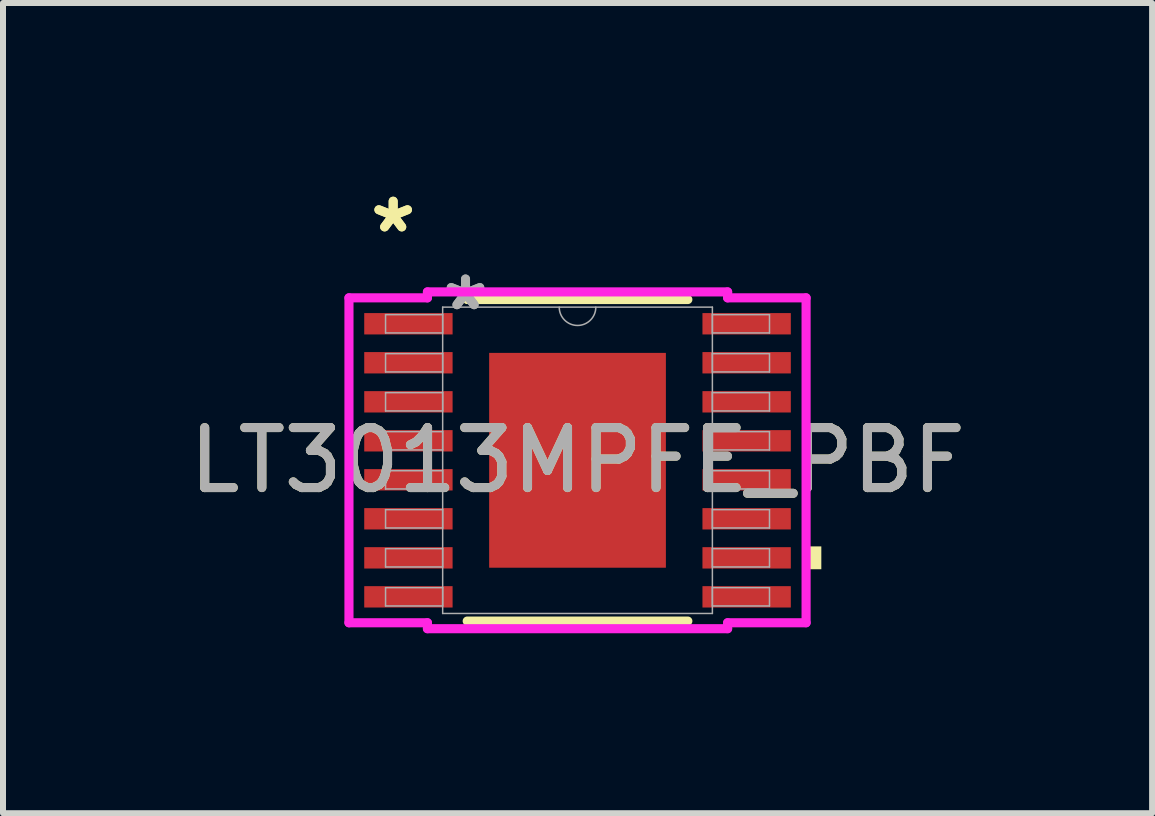
<source format=kicad_pcb>
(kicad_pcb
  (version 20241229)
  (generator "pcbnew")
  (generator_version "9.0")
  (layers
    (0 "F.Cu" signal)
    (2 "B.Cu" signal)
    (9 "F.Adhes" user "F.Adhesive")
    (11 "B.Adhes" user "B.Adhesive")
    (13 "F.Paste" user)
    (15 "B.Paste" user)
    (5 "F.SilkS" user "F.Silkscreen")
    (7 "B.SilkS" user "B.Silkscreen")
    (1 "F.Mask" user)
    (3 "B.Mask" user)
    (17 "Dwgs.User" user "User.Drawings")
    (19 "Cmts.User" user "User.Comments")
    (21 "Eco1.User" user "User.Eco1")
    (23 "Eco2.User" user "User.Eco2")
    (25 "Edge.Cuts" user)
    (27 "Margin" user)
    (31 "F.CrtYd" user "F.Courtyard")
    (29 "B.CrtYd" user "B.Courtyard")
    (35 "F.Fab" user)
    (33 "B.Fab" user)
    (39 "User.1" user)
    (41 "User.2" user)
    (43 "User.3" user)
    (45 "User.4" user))
  (footprint "LT3013MPFE_PBF"
    (layer "F.Cu")
    (at 6.577 4.623)
    (property "Reference" "LT3013MPFE_PBF" (at 0 0 0) (unlocked yes) (layer "F.SilkS") (effects (font (size 1 1) (thickness 0.15))))
    (attr smd)
    (fp_line (start -1.839 2.68) (end 1.839 2.68) (stroke (width 0.152) (type solid)) (layer "F.SilkS"))
    (fp_line (start 1.839 -2.68) (end -1.839 -2.68) (stroke (width 0.152) (type solid)) (layer "F.SilkS"))
    (fp_poly (pts (xy 4.064 1.435) (xy 4.064 1.816) (xy 3.81 1.816) (xy 3.81 1.435)) (stroke (width 0) (type solid)) (fill yes) (layer "F.SilkS"))
    (fp_poly (pts (xy -1.373 -1.691) (xy -1.373 -0.1) (xy -0.1 -0.1) (xy -0.1 -1.691)) (stroke (width 0) (type solid)) (fill yes) (layer "F.Paste"))
    (fp_poly (pts (xy -1.373 0.1) (xy -1.373 1.691) (xy -0.1 1.691) (xy -0.1 0.1)) (stroke (width 0) (type solid)) (fill yes) (layer "F.Paste"))
    (fp_poly (pts (xy 0.1 -1.691) (xy 0.1 -0.1) (xy 1.373 -0.1) (xy 1.373 -1.691)) (stroke (width 0) (type solid)) (fill yes) (layer "F.Paste"))
    (fp_poly (pts (xy 0.1 0.1) (xy 0.1 1.691) (xy 1.373 1.691) (xy 1.373 0.1)) (stroke (width 0) (type solid)) (fill yes) (layer "F.Paste"))
    (fp_line (start -3.81 -2.708) (end -2.502 -2.708) (stroke (width 0.152) (type solid)) (layer "F.CrtYd"))
    (fp_line (start -3.81 2.708) (end -3.81 -2.708) (stroke (width 0.152) (type solid)) (layer "F.CrtYd"))
    (fp_line (start -3.81 2.708) (end -2.502 2.708) (stroke (width 0.152) (type solid)) (layer "F.CrtYd"))
    (fp_line (start -2.502 -2.807) (end 2.502 -2.807) (stroke (width 0.152) (type solid)) (layer "F.CrtYd"))
    (fp_line (start -2.502 -2.708) (end -2.502 -2.807) (stroke (width 0.152) (type solid)) (layer "F.CrtYd"))
    (fp_line (start -2.502 2.807) (end -2.502 2.708) (stroke (width 0.152) (type solid)) (layer "F.CrtYd"))
    (fp_line (start 2.502 -2.807) (end 2.502 -2.708) (stroke (width 0.152) (type solid)) (layer "F.CrtYd"))
    (fp_line (start 2.502 2.708) (end 2.502 2.807) (stroke (width 0.152) (type solid)) (layer "F.CrtYd"))
    (fp_line (start 2.502 2.807) (end -2.502 2.807) (stroke (width 0.152) (type solid)) (layer "F.CrtYd"))
    (fp_line (start 3.81 -2.708) (end 2.502 -2.708) (stroke (width 0.152) (type solid)) (layer "F.CrtYd"))
    (fp_line (start 3.81 -2.708) (end 3.81 2.708) (stroke (width 0.152) (type solid)) (layer "F.CrtYd"))
    (fp_line (start 3.81 2.708) (end 2.502 2.708) (stroke (width 0.152) (type solid)) (layer "F.CrtYd"))
    (fp_line (start -3.2 -2.428) (end -3.2 -2.123) (stroke (width 0.025) (type solid)) (layer "F.Fab"))
    (fp_line (start -3.2 -2.123) (end -2.248 -2.123) (stroke (width 0.025) (type solid)) (layer "F.Fab"))
    (fp_line (start -3.2 -1.778) (end -3.2 -1.473) (stroke (width 0.025) (type solid)) (layer "F.Fab"))
    (fp_line (start -3.2 -1.473) (end -2.248 -1.473) (stroke (width 0.025) (type solid)) (layer "F.Fab"))
    (fp_line (start -3.2 -1.128) (end -3.2 -0.823) (stroke (width 0.025) (type solid)) (layer "F.Fab"))
    (fp_line (start -3.2 -0.823) (end -2.248 -0.823) (stroke (width 0.025) (type solid)) (layer "F.Fab"))
    (fp_line (start -3.2 -0.478) (end -3.2 -0.173) (stroke (width 0.025) (type solid)) (layer "F.Fab"))
    (fp_line (start -3.2 -0.173) (end -2.248 -0.173) (stroke (width 0.025) (type solid)) (layer "F.Fab"))
    (fp_line (start -3.2 0.173) (end -3.2 0.478) (stroke (width 0.025) (type solid)) (layer "F.Fab"))
    (fp_line (start -3.2 0.478) (end -2.248 0.478) (stroke (width 0.025) (type solid)) (layer "F.Fab"))
    (fp_line (start -3.2 0.823) (end -3.2 1.128) (stroke (width 0.025) (type solid)) (layer "F.Fab"))
    (fp_line (start -3.2 1.128) (end -2.248 1.128) (stroke (width 0.025) (type solid)) (layer "F.Fab"))
    (fp_line (start -3.2 1.473) (end -3.2 1.778) (stroke (width 0.025) (type solid)) (layer "F.Fab"))
    (fp_line (start -3.2 1.778) (end -2.248 1.778) (stroke (width 0.025) (type solid)) (layer "F.Fab"))
    (fp_line (start -3.2 2.123) (end -3.2 2.428) (stroke (width 0.025) (type solid)) (layer "F.Fab"))
    (fp_line (start -3.2 2.428) (end -2.248 2.428) (stroke (width 0.025) (type solid)) (layer "F.Fab"))
    (fp_line (start -2.248 -2.553) (end -2.248 2.553) (stroke (width 0.025) (type solid)) (layer "F.Fab"))
    (fp_line (start -2.248 -2.428) (end -3.2 -2.428) (stroke (width 0.025) (type solid)) (layer "F.Fab"))
    (fp_line (start -2.248 -2.123) (end -2.248 -2.428) (stroke (width 0.025) (type solid)) (layer "F.Fab"))
    (fp_line (start -2.248 -1.778) (end -3.2 -1.778) (stroke (width 0.025) (type solid)) (layer "F.Fab"))
    (fp_line (start -2.248 -1.473) (end -2.248 -1.778) (stroke (width 0.025) (type solid)) (layer "F.Fab"))
    (fp_line (start -2.248 -1.128) (end -3.2 -1.128) (stroke (width 0.025) (type solid)) (layer "F.Fab"))
    (fp_line (start -2.248 -0.823) (end -2.248 -1.128) (stroke (width 0.025) (type solid)) (layer "F.Fab"))
    (fp_line (start -2.248 -0.478) (end -3.2 -0.478) (stroke (width 0.025) (type solid)) (layer "F.Fab"))
    (fp_line (start -2.248 -0.173) (end -2.248 -0.478) (stroke (width 0.025) (type solid)) (layer "F.Fab"))
    (fp_line (start -2.248 0.173) (end -3.2 0.173) (stroke (width 0.025) (type solid)) (layer "F.Fab"))
    (fp_line (start -2.248 0.478) (end -2.248 0.173) (stroke (width 0.025) (type solid)) (layer "F.Fab"))
    (fp_line (start -2.248 0.823) (end -3.2 0.823) (stroke (width 0.025) (type solid)) (layer "F.Fab"))
    (fp_line (start -2.248 1.128) (end -2.248 0.823) (stroke (width 0.025) (type solid)) (layer "F.Fab"))
    (fp_line (start -2.248 1.473) (end -3.2 1.473) (stroke (width 0.025) (type solid)) (layer "F.Fab"))
    (fp_line (start -2.248 1.778) (end -2.248 1.473) (stroke (width 0.025) (type solid)) (layer "F.Fab"))
    (fp_line (start -2.248 2.123) (end -3.2 2.123) (stroke (width 0.025) (type solid)) (layer "F.Fab"))
    (fp_line (start -2.248 2.428) (end -2.248 2.123) (stroke (width 0.025) (type solid)) (layer "F.Fab"))
    (fp_line (start -2.248 2.553) (end 2.248 2.553) (stroke (width 0.025) (type solid)) (layer "F.Fab"))
    (fp_line (start 2.248 -2.553) (end -2.248 -2.553) (stroke (width 0.025) (type solid)) (layer "F.Fab"))
    (fp_line (start 2.248 -2.428) (end 2.248 -2.123) (stroke (width 0.025) (type solid)) (layer "F.Fab"))
    (fp_line (start 2.248 -2.123) (end 3.2 -2.123) (stroke (width 0.025) (type solid)) (layer "F.Fab"))
    (fp_line (start 2.248 -1.778) (end 2.248 -1.473) (stroke (width 0.025) (type solid)) (layer "F.Fab"))
    (fp_line (start 2.248 -1.473) (end 3.2 -1.473) (stroke (width 0.025) (type solid)) (layer "F.Fab"))
    (fp_line (start 2.248 -1.128) (end 2.248 -0.823) (stroke (width 0.025) (type solid)) (layer "F.Fab"))
    (fp_line (start 2.248 -0.823) (end 3.2 -0.823) (stroke (width 0.025) (type solid)) (layer "F.Fab"))
    (fp_line (start 2.248 -0.478) (end 2.248 -0.173) (stroke (width 0.025) (type solid)) (layer "F.Fab"))
    (fp_line (start 2.248 -0.173) (end 3.2 -0.173) (stroke (width 0.025) (type solid)) (layer "F.Fab"))
    (fp_line (start 2.248 0.173) (end 2.248 0.478) (stroke (width 0.025) (type solid)) (layer "F.Fab"))
    (fp_line (start 2.248 0.478) (end 3.2 0.478) (stroke (width 0.025) (type solid)) (layer "F.Fab"))
    (fp_line (start 2.248 0.823) (end 2.248 1.128) (stroke (width 0.025) (type solid)) (layer "F.Fab"))
    (fp_line (start 2.248 1.128) (end 3.2 1.128) (stroke (width 0.025) (type solid)) (layer "F.Fab"))
    (fp_line (start 2.248 1.473) (end 2.248 1.778) (stroke (width 0.025) (type solid)) (layer "F.Fab"))
    (fp_line (start 2.248 1.778) (end 3.2 1.778) (stroke (width 0.025) (type solid)) (layer "F.Fab"))
    (fp_line (start 2.248 2.123) (end 2.248 2.428) (stroke (width 0.025) (type solid)) (layer "F.Fab"))
    (fp_line (start 2.248 2.428) (end 3.2 2.428) (stroke (width 0.025) (type solid)) (layer "F.Fab"))
    (fp_line (start 2.248 2.553) (end 2.248 -2.553) (stroke (width 0.025) (type solid)) (layer "F.Fab"))
    (fp_line (start 3.2 -2.428) (end 2.248 -2.428) (stroke (width 0.025) (type solid)) (layer "F.Fab"))
    (fp_line (start 3.2 -2.123) (end 3.2 -2.428) (stroke (width 0.025) (type solid)) (layer "F.Fab"))
    (fp_line (start 3.2 -1.778) (end 2.248 -1.778) (stroke (width 0.025) (type solid)) (layer "F.Fab"))
    (fp_line (start 3.2 -1.473) (end 3.2 -1.778) (stroke (width 0.025) (type solid)) (layer "F.Fab"))
    (fp_line (start 3.2 -1.128) (end 2.248 -1.128) (stroke (width 0.025) (type solid)) (layer "F.Fab"))
    (fp_line (start 3.2 -0.823) (end 3.2 -1.128) (stroke (width 0.025) (type solid)) (layer "F.Fab"))
    (fp_line (start 3.2 -0.478) (end 2.248 -0.478) (stroke (width 0.025) (type solid)) (layer "F.Fab"))
    (fp_line (start 3.2 -0.173) (end 3.2 -0.478) (stroke (width 0.025) (type solid)) (layer "F.Fab"))
    (fp_line (start 3.2 0.173) (end 2.248 0.173) (stroke (width 0.025) (type solid)) (layer "F.Fab"))
    (fp_line (start 3.2 0.478) (end 3.2 0.173) (stroke (width 0.025) (type solid)) (layer "F.Fab"))
    (fp_line (start 3.2 0.823) (end 2.248 0.823) (stroke (width 0.025) (type solid)) (layer "F.Fab"))
    (fp_line (start 3.2 1.128) (end 3.2 0.823) (stroke (width 0.025) (type solid)) (layer "F.Fab"))
    (fp_line (start 3.2 1.473) (end 2.248 1.473) (stroke (width 0.025) (type solid)) (layer "F.Fab"))
    (fp_line (start 3.2 1.778) (end 3.2 1.473) (stroke (width 0.025) (type solid)) (layer "F.Fab"))
    (fp_line (start 3.2 2.123) (end 2.248 2.123) (stroke (width 0.025) (type solid)) (layer "F.Fab"))
    (fp_line (start 3.2 2.428) (end 3.2 2.123) (stroke (width 0.025) (type solid)) (layer "F.Fab"))
    (fp_arc (start 0.3048 -2.5527) (mid 0 -2.2479) (end -0.3048 -2.5527) (stroke (width 0.0254) (type solid)) (layer "F.Fab"))
    (fp_text user "*" (at -3.073 -3.774 0) (unlocked yes) (layer "F.SilkS") (effects (font (size 1 1) (thickness 0.15))))
    (fp_text user "*" (at -3.073 -3.774 0) (layer "F.SilkS") (effects (font (size 1 1) (thickness 0.15))))
    (fp_text user "*" (at -1.867 -2.477 0) (layer "F.Fab") (effects (font (size 1 1) (thickness 0.15))))
    (fp_text user "${REFERENCE}" (at 0 0 0) (unlocked yes) (layer "F.Fab") (effects (font (size 1 1) (thickness 0.15))))
    (fp_text user "*" (at -1.867 -2.477 0) (unlocked yes) (layer "F.Fab") (effects (font (size 1 1) (thickness 0.15))))
    (pad "1" smd rect (at -2.819 -2.276) (size 1.473 0.356) (layers "F.Cu" "F.Mask" "F.Paste"))
    (pad "2" smd rect (at -2.819 -1.626) (size 1.473 0.356) (layers "F.Cu" "F.Mask" "F.Paste"))
    (pad "3" smd rect (at -2.819 -0.975) (size 1.473 0.356) (layers "F.Cu" "F.Mask" "F.Paste"))
    (pad "4" smd rect (at -2.819 -0.325) (size 1.473 0.356) (layers "F.Cu" "F.Mask" "F.Paste"))
    (pad "5" smd rect (at -2.819 0.325) (size 1.473 0.356) (layers "F.Cu" "F.Mask" "F.Paste"))
    (pad "6" smd rect (at -2.819 0.975) (size 1.473 0.356) (layers "F.Cu" "F.Mask" "F.Paste"))
    (pad "7" smd rect (at -2.819 1.626) (size 1.473 0.356) (layers "F.Cu" "F.Mask" "F.Paste"))
    (pad "8" smd rect (at -2.819 2.276) (size 1.473 0.356) (layers "F.Cu" "F.Mask" "F.Paste"))
    (pad "9" smd rect (at 2.819 2.276) (size 1.473 0.356) (layers "F.Cu" "F.Mask" "F.Paste"))
    (pad "10" smd rect (at 2.819 1.626) (size 1.473 0.356) (layers "F.Cu" "F.Mask" "F.Paste"))
    (pad "11" smd rect (at 2.819 0.975) (size 1.473 0.356) (layers "F.Cu" "F.Mask" "F.Paste"))
    (pad "12" smd rect (at 2.819 0.325) (size 1.473 0.356) (layers "F.Cu" "F.Mask" "F.Paste"))
    (pad "13" smd rect (at 2.819 -0.325) (size 1.473 0.356) (layers "F.Cu" "F.Mask" "F.Paste"))
    (pad "14" smd rect (at 2.819 -0.975) (size 1.473 0.356) (layers "F.Cu" "F.Mask" "F.Paste"))
    (pad "15" smd rect (at 2.819 -1.626) (size 1.473 0.356) (layers "F.Cu" "F.Mask" "F.Paste"))
    (pad "16" smd rect (at 2.819 -2.276) (size 1.473 0.356) (layers "F.Cu" "F.Mask" "F.Paste"))
    (pad "EPAD" smd rect (at 0 0) (size 2.946 3.581) (layers "F.Cu" "F.Mask")))
  (gr_rect
    (start -3 -3)
    (end 16.155 10.506)
    (stroke (width 0.1) (type default))
    (fill no)
    (layer "Edge.Cuts")))
</source>
